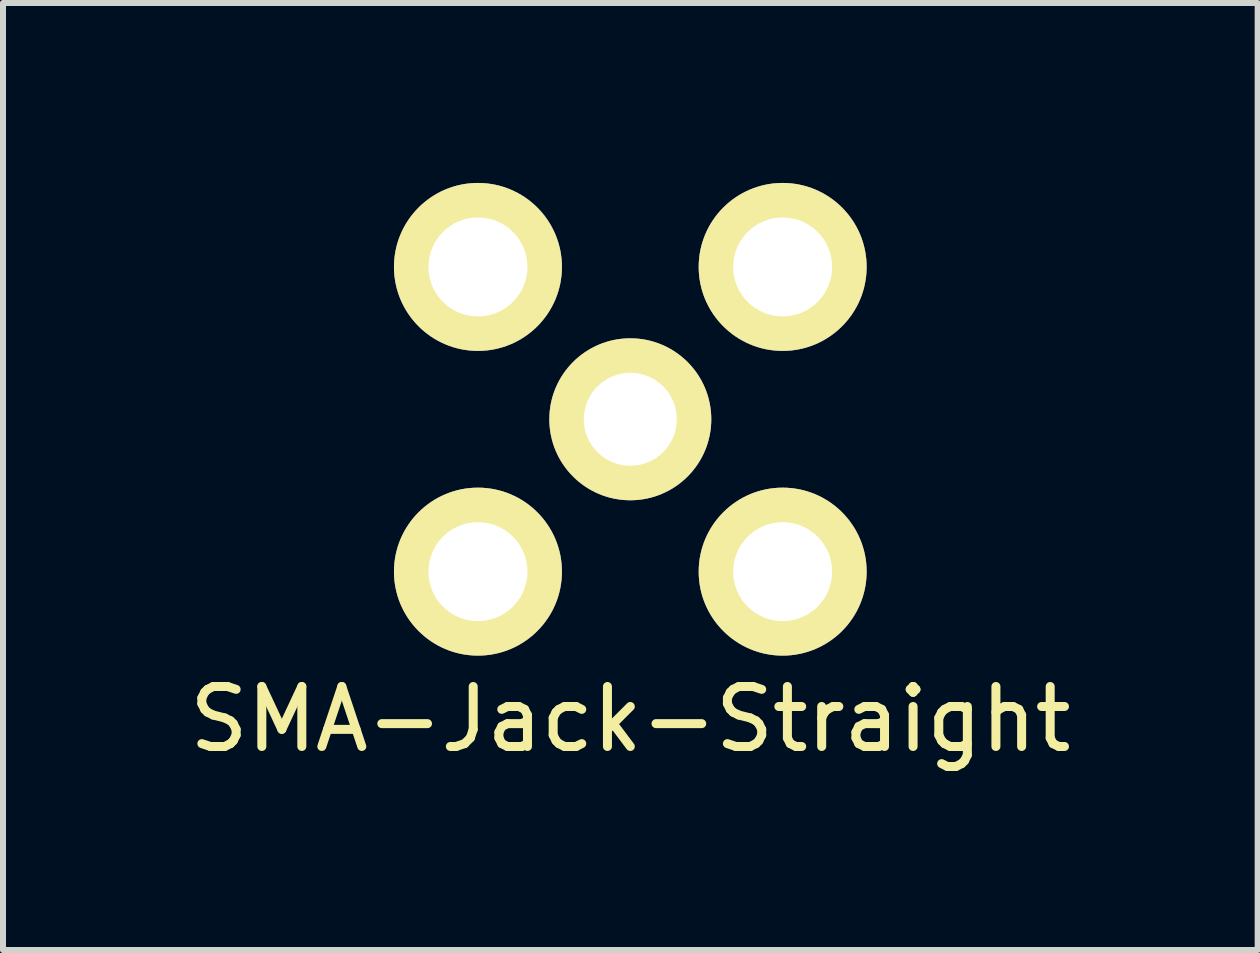
<source format=kicad_pcb>
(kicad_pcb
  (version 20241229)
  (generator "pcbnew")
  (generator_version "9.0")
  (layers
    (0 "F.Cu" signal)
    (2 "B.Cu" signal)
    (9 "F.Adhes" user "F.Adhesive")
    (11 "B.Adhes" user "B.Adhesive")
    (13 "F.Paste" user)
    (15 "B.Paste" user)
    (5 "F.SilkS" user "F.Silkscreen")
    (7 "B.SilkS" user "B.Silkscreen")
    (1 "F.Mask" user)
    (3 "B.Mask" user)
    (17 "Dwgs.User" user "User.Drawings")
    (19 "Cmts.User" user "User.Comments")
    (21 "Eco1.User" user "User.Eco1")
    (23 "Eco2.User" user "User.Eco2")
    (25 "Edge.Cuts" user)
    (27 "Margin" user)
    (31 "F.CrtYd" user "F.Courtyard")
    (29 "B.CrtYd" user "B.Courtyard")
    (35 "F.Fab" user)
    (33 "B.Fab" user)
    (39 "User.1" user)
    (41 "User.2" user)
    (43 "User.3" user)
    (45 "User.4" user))
  (footprint "SMA-Jack-Straight"
    (layer "F.Cu")
    (at 7.458 3.94)
    (property "Reference" "SMA-Jack-Straight" (at 0 5 0) (layer "F.SilkS") (effects (font (size 1 1) (thickness 0.15))))
    (attr through_hole)
    (pad "1" thru_hole circle (at 0 0) (size 2.7 2.7) (drill 1.55) (layers "*.Cu" "*.Mask" "F.SilkS"))
    (pad "2" thru_hole circle (at -2.54 -2.54) (size 2.8 2.8) (drill 1.65) (layers "*.Cu" "*.Mask" "F.SilkS"))
    (pad "3" thru_hole circle (at 2.54 -2.54) (size 2.8 2.8) (drill 1.65) (layers "*.Cu" "*.Mask" "F.SilkS"))
    (pad "4" thru_hole circle (at 2.54 2.54) (size 2.8 2.8) (drill 1.65) (layers "*.Cu" "*.Mask" "F.SilkS"))
    (pad "5" thru_hole circle (at -2.54 2.54) (size 2.8 2.8) (drill 1.65) (layers "*.Cu" "*.Mask" "F.SilkS")))
  (gr_rect
    (start -3 -3)
    (end 17.917 12.788)
    (stroke (width 0.1) (type default))
    (fill no)
    (layer "Edge.Cuts")))
</source>
